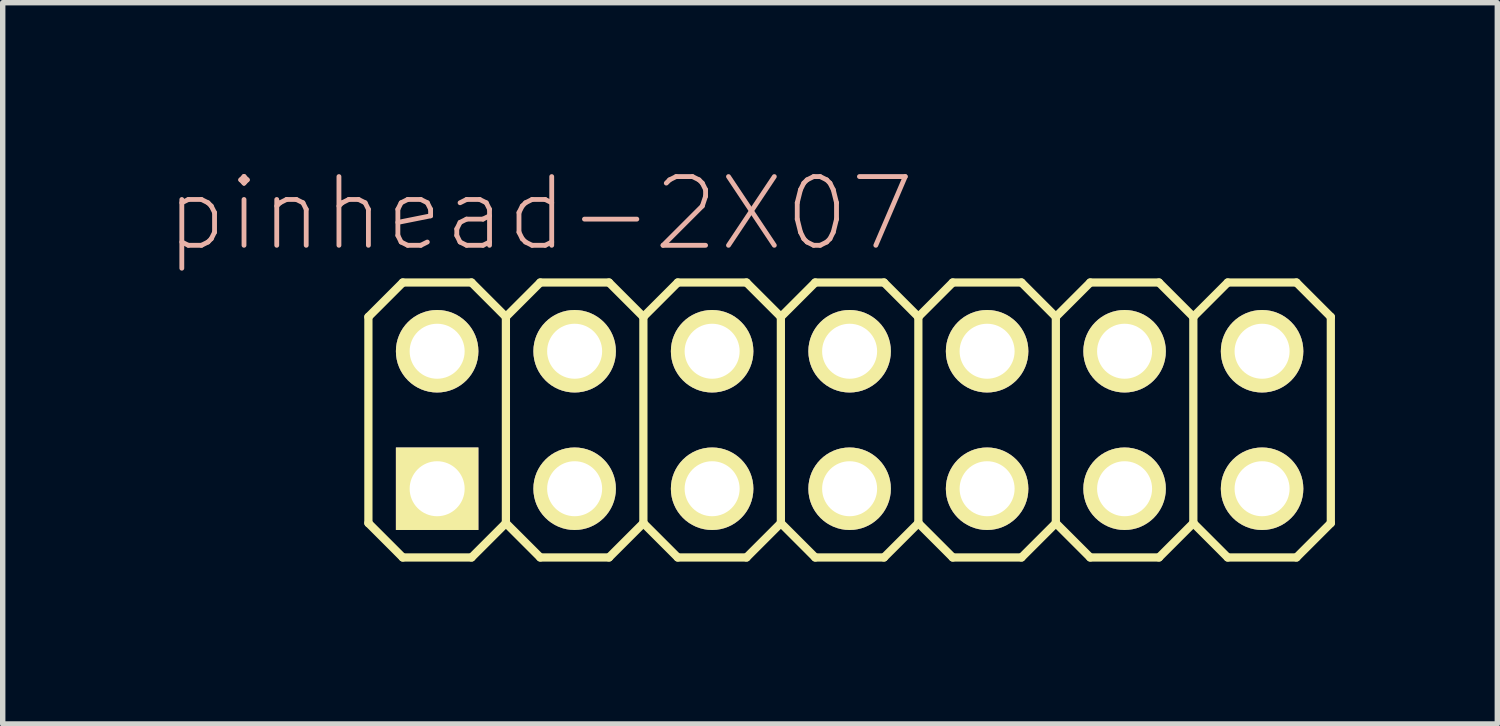
<source format=kicad_pcb>
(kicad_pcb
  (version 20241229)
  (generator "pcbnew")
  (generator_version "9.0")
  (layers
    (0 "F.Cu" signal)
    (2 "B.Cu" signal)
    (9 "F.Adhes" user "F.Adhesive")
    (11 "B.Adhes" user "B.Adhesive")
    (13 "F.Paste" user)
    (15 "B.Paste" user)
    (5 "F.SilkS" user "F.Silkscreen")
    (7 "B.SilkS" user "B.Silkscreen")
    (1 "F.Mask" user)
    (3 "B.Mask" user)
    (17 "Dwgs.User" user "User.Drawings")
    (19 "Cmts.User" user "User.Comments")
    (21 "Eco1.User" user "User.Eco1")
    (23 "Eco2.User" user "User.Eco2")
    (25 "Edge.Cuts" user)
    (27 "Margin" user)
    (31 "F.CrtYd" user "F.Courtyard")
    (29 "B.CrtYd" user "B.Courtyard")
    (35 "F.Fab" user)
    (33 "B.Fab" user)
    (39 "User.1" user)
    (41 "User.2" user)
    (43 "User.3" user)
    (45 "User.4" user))
  (footprint "pinhead-2X07"
    (layer "F.Cu")
    (at 12.646 4.709)
    (property "Reference" "pinhead-2X07" (at -5.715 -3.81 0) (layer "B.SilkS") (effects (font (size 1.27 1.27) (thickness 0.089))))
    (attr exclude_from_pos_files exclude_from_bom)
    (fp_line (start -8.89 -1.905) (end -8.255 -2.54) (stroke (width 0.152) (type solid)) (layer "F.SilkS"))
    (fp_line (start -8.89 1.905) (end -8.89 -1.905) (stroke (width 0.152) (type solid)) (layer "F.SilkS"))
    (fp_line (start -8.89 1.905) (end -8.255 2.54) (stroke (width 0.152) (type solid)) (layer "F.SilkS"))
    (fp_line (start -8.255 -2.54) (end -6.985 -2.54) (stroke (width 0.152) (type solid)) (layer "F.SilkS"))
    (fp_line (start -8.255 2.54) (end -6.985 2.54) (stroke (width 0.152) (type solid)) (layer "F.SilkS"))
    (fp_line (start -7.874 -1.524) (end -7.366 -1.524) (stroke (width 0.066) (type solid)) (layer "F.SilkS"))
    (fp_line (start -7.874 -1.016) (end -7.874 -1.524) (stroke (width 0.066) (type solid)) (layer "F.SilkS"))
    (fp_line (start -7.874 -1.016) (end -7.366 -1.016) (stroke (width 0.066) (type solid)) (layer "F.SilkS"))
    (fp_line (start -7.874 1.016) (end -7.366 1.016) (stroke (width 0.066) (type solid)) (layer "F.SilkS"))
    (fp_line (start -7.874 1.524) (end -7.874 1.016) (stroke (width 0.066) (type solid)) (layer "F.SilkS"))
    (fp_line (start -7.874 1.524) (end -7.366 1.524) (stroke (width 0.066) (type solid)) (layer "F.SilkS"))
    (fp_line (start -7.366 -1.016) (end -7.366 -1.524) (stroke (width 0.066) (type solid)) (layer "F.SilkS"))
    (fp_line (start -7.366 1.524) (end -7.366 1.016) (stroke (width 0.066) (type solid)) (layer "F.SilkS"))
    (fp_line (start -6.985 -2.54) (end -6.35 -1.905) (stroke (width 0.152) (type solid)) (layer "F.SilkS"))
    (fp_line (start -6.985 2.54) (end -6.35 1.905) (stroke (width 0.152) (type solid)) (layer "F.SilkS"))
    (fp_line (start -6.35 -1.905) (end -6.35 1.905) (stroke (width 0.152) (type solid)) (layer "F.SilkS"))
    (fp_line (start -6.35 -1.905) (end -5.715 -2.54) (stroke (width 0.152) (type solid)) (layer "F.SilkS"))
    (fp_line (start -6.35 1.905) (end -5.715 2.54) (stroke (width 0.152) (type solid)) (layer "F.SilkS"))
    (fp_line (start -5.715 -2.54) (end -4.445 -2.54) (stroke (width 0.152) (type solid)) (layer "F.SilkS"))
    (fp_line (start -5.715 2.54) (end -4.445 2.54) (stroke (width 0.152) (type solid)) (layer "F.SilkS"))
    (fp_line (start -5.334 -1.524) (end -4.826 -1.524) (stroke (width 0.066) (type solid)) (layer "F.SilkS"))
    (fp_line (start -5.334 -1.016) (end -5.334 -1.524) (stroke (width 0.066) (type solid)) (layer "F.SilkS"))
    (fp_line (start -5.334 -1.016) (end -4.826 -1.016) (stroke (width 0.066) (type solid)) (layer "F.SilkS"))
    (fp_line (start -5.334 1.016) (end -4.826 1.016) (stroke (width 0.066) (type solid)) (layer "F.SilkS"))
    (fp_line (start -5.334 1.524) (end -5.334 1.016) (stroke (width 0.066) (type solid)) (layer "F.SilkS"))
    (fp_line (start -5.334 1.524) (end -4.826 1.524) (stroke (width 0.066) (type solid)) (layer "F.SilkS"))
    (fp_line (start -4.826 -1.016) (end -4.826 -1.524) (stroke (width 0.066) (type solid)) (layer "F.SilkS"))
    (fp_line (start -4.826 1.524) (end -4.826 1.016) (stroke (width 0.066) (type solid)) (layer "F.SilkS"))
    (fp_line (start -4.445 -2.54) (end -3.81 -1.905) (stroke (width 0.152) (type solid)) (layer "F.SilkS"))
    (fp_line (start -4.445 2.54) (end -3.81 1.905) (stroke (width 0.152) (type solid)) (layer "F.SilkS"))
    (fp_line (start -3.81 -1.905) (end -3.81 1.905) (stroke (width 0.152) (type solid)) (layer "F.SilkS"))
    (fp_line (start -3.81 -1.905) (end -3.175 -2.54) (stroke (width 0.152) (type solid)) (layer "F.SilkS"))
    (fp_line (start -3.81 1.905) (end -3.175 2.54) (stroke (width 0.152) (type solid)) (layer "F.SilkS"))
    (fp_line (start -3.175 -2.54) (end -1.905 -2.54) (stroke (width 0.152) (type solid)) (layer "F.SilkS"))
    (fp_line (start -3.175 2.54) (end -1.905 2.54) (stroke (width 0.152) (type solid)) (layer "F.SilkS"))
    (fp_line (start -2.794 -1.524) (end -2.286 -1.524) (stroke (width 0.066) (type solid)) (layer "F.SilkS"))
    (fp_line (start -2.794 -1.016) (end -2.794 -1.524) (stroke (width 0.066) (type solid)) (layer "F.SilkS"))
    (fp_line (start -2.794 -1.016) (end -2.286 -1.016) (stroke (width 0.066) (type solid)) (layer "F.SilkS"))
    (fp_line (start -2.794 1.016) (end -2.286 1.016) (stroke (width 0.066) (type solid)) (layer "F.SilkS"))
    (fp_line (start -2.794 1.524) (end -2.794 1.016) (stroke (width 0.066) (type solid)) (layer "F.SilkS"))
    (fp_line (start -2.794 1.524) (end -2.286 1.524) (stroke (width 0.066) (type solid)) (layer "F.SilkS"))
    (fp_line (start -2.286 -1.016) (end -2.286 -1.524) (stroke (width 0.066) (type solid)) (layer "F.SilkS"))
    (fp_line (start -2.286 1.524) (end -2.286 1.016) (stroke (width 0.066) (type solid)) (layer "F.SilkS"))
    (fp_line (start -1.905 -2.54) (end -1.27 -1.905) (stroke (width 0.152) (type solid)) (layer "F.SilkS"))
    (fp_line (start -1.905 2.54) (end -1.27 1.905) (stroke (width 0.152) (type solid)) (layer "F.SilkS"))
    (fp_line (start -1.27 -1.905) (end -1.27 1.905) (stroke (width 0.152) (type solid)) (layer "F.SilkS"))
    (fp_line (start -1.27 -1.905) (end -0.635 -2.54) (stroke (width 0.152) (type solid)) (layer "F.SilkS"))
    (fp_line (start -1.27 1.905) (end -0.635 2.54) (stroke (width 0.152) (type solid)) (layer "F.SilkS"))
    (fp_line (start -0.635 -2.54) (end 0.635 -2.54) (stroke (width 0.152) (type solid)) (layer "F.SilkS"))
    (fp_line (start -0.635 2.54) (end 0.635 2.54) (stroke (width 0.152) (type solid)) (layer "F.SilkS"))
    (fp_line (start -0.254 -1.524) (end 0.254 -1.524) (stroke (width 0.066) (type solid)) (layer "F.SilkS"))
    (fp_line (start -0.254 -1.016) (end -0.254 -1.524) (stroke (width 0.066) (type solid)) (layer "F.SilkS"))
    (fp_line (start -0.254 -1.016) (end 0.254 -1.016) (stroke (width 0.066) (type solid)) (layer "F.SilkS"))
    (fp_line (start -0.254 1.016) (end 0.254 1.016) (stroke (width 0.066) (type solid)) (layer "F.SilkS"))
    (fp_line (start -0.254 1.524) (end -0.254 1.016) (stroke (width 0.066) (type solid)) (layer "F.SilkS"))
    (fp_line (start -0.254 1.524) (end 0.254 1.524) (stroke (width 0.066) (type solid)) (layer "F.SilkS"))
    (fp_line (start 0.254 -1.016) (end 0.254 -1.524) (stroke (width 0.066) (type solid)) (layer "F.SilkS"))
    (fp_line (start 0.254 1.524) (end 0.254 1.016) (stroke (width 0.066) (type solid)) (layer "F.SilkS"))
    (fp_line (start 0.635 -2.54) (end 1.27 -1.905) (stroke (width 0.152) (type solid)) (layer "F.SilkS"))
    (fp_line (start 0.635 2.54) (end 1.27 1.905) (stroke (width 0.152) (type solid)) (layer "F.SilkS"))
    (fp_line (start 1.27 -1.905) (end 1.27 1.905) (stroke (width 0.152) (type solid)) (layer "F.SilkS"))
    (fp_line (start 1.27 -1.905) (end 1.905 -2.54) (stroke (width 0.152) (type solid)) (layer "F.SilkS"))
    (fp_line (start 1.27 1.905) (end 1.905 2.54) (stroke (width 0.152) (type solid)) (layer "F.SilkS"))
    (fp_line (start 1.905 -2.54) (end 3.175 -2.54) (stroke (width 0.152) (type solid)) (layer "F.SilkS"))
    (fp_line (start 1.905 2.54) (end 3.175 2.54) (stroke (width 0.152) (type solid)) (layer "F.SilkS"))
    (fp_line (start 2.286 -1.524) (end 2.794 -1.524) (stroke (width 0.066) (type solid)) (layer "F.SilkS"))
    (fp_line (start 2.286 -1.016) (end 2.286 -1.524) (stroke (width 0.066) (type solid)) (layer "F.SilkS"))
    (fp_line (start 2.286 -1.016) (end 2.794 -1.016) (stroke (width 0.066) (type solid)) (layer "F.SilkS"))
    (fp_line (start 2.286 1.016) (end 2.794 1.016) (stroke (width 0.066) (type solid)) (layer "F.SilkS"))
    (fp_line (start 2.286 1.524) (end 2.286 1.016) (stroke (width 0.066) (type solid)) (layer "F.SilkS"))
    (fp_line (start 2.286 1.524) (end 2.794 1.524) (stroke (width 0.066) (type solid)) (layer "F.SilkS"))
    (fp_line (start 2.794 -1.016) (end 2.794 -1.524) (stroke (width 0.066) (type solid)) (layer "F.SilkS"))
    (fp_line (start 2.794 1.524) (end 2.794 1.016) (stroke (width 0.066) (type solid)) (layer "F.SilkS"))
    (fp_line (start 3.175 -2.54) (end 3.81 -1.905) (stroke (width 0.152) (type solid)) (layer "F.SilkS"))
    (fp_line (start 3.175 2.54) (end 3.81 1.905) (stroke (width 0.152) (type solid)) (layer "F.SilkS"))
    (fp_line (start 3.81 -1.905) (end 3.81 1.905) (stroke (width 0.152) (type solid)) (layer "F.SilkS"))
    (fp_line (start 3.81 -1.905) (end 4.445 -2.54) (stroke (width 0.152) (type solid)) (layer "F.SilkS"))
    (fp_line (start 3.81 1.905) (end 4.445 2.54) (stroke (width 0.152) (type solid)) (layer "F.SilkS"))
    (fp_line (start 4.445 -2.54) (end 5.715 -2.54) (stroke (width 0.152) (type solid)) (layer "F.SilkS"))
    (fp_line (start 4.445 2.54) (end 5.715 2.54) (stroke (width 0.152) (type solid)) (layer "F.SilkS"))
    (fp_line (start 4.826 -1.524) (end 5.334 -1.524) (stroke (width 0.066) (type solid)) (layer "F.SilkS"))
    (fp_line (start 4.826 -1.016) (end 4.826 -1.524) (stroke (width 0.066) (type solid)) (layer "F.SilkS"))
    (fp_line (start 4.826 -1.016) (end 5.334 -1.016) (stroke (width 0.066) (type solid)) (layer "F.SilkS"))
    (fp_line (start 4.826 1.016) (end 5.334 1.016) (stroke (width 0.066) (type solid)) (layer "F.SilkS"))
    (fp_line (start 4.826 1.524) (end 4.826 1.016) (stroke (width 0.066) (type solid)) (layer "F.SilkS"))
    (fp_line (start 4.826 1.524) (end 5.334 1.524) (stroke (width 0.066) (type solid)) (layer "F.SilkS"))
    (fp_line (start 5.334 -1.016) (end 5.334 -1.524) (stroke (width 0.066) (type solid)) (layer "F.SilkS"))
    (fp_line (start 5.334 1.524) (end 5.334 1.016) (stroke (width 0.066) (type solid)) (layer "F.SilkS"))
    (fp_line (start 5.715 -2.54) (end 6.35 -1.905) (stroke (width 0.152) (type solid)) (layer "F.SilkS"))
    (fp_line (start 5.715 2.54) (end 6.35 1.905) (stroke (width 0.152) (type solid)) (layer "F.SilkS"))
    (fp_line (start 6.35 -1.905) (end 6.35 1.905) (stroke (width 0.152) (type solid)) (layer "F.SilkS"))
    (fp_line (start 6.35 -1.905) (end 6.985 -2.54) (stroke (width 0.152) (type solid)) (layer "F.SilkS"))
    (fp_line (start 6.35 1.905) (end 6.985 2.54) (stroke (width 0.152) (type solid)) (layer "F.SilkS"))
    (fp_line (start 6.985 -2.54) (end 8.255 -2.54) (stroke (width 0.152) (type solid)) (layer "F.SilkS"))
    (fp_line (start 6.985 2.54) (end 8.255 2.54) (stroke (width 0.152) (type solid)) (layer "F.SilkS"))
    (fp_line (start 7.366 -1.524) (end 7.874 -1.524) (stroke (width 0.066) (type solid)) (layer "F.SilkS"))
    (fp_line (start 7.366 -1.016) (end 7.366 -1.524) (stroke (width 0.066) (type solid)) (layer "F.SilkS"))
    (fp_line (start 7.366 -1.016) (end 7.874 -1.016) (stroke (width 0.066) (type solid)) (layer "F.SilkS"))
    (fp_line (start 7.366 1.016) (end 7.874 1.016) (stroke (width 0.066) (type solid)) (layer "F.SilkS"))
    (fp_line (start 7.366 1.524) (end 7.366 1.016) (stroke (width 0.066) (type solid)) (layer "F.SilkS"))
    (fp_line (start 7.366 1.524) (end 7.874 1.524) (stroke (width 0.066) (type solid)) (layer "F.SilkS"))
    (fp_line (start 7.874 -1.016) (end 7.874 -1.524) (stroke (width 0.066) (type solid)) (layer "F.SilkS"))
    (fp_line (start 7.874 1.524) (end 7.874 1.016) (stroke (width 0.066) (type solid)) (layer "F.SilkS"))
    (fp_line (start 8.255 -2.54) (end 8.89 -1.905) (stroke (width 0.152) (type solid)) (layer "F.SilkS"))
    (fp_line (start 8.255 2.54) (end 8.89 1.905) (stroke (width 0.152) (type solid)) (layer "F.SilkS"))
    (fp_line (start 8.89 -1.905) (end 8.89 1.905) (stroke (width 0.152) (type solid)) (layer "F.SilkS"))
    (pad "1" thru_hole rect (at -7.62 1.27) (size 1.524 1.524) (drill 1.016) (layers "*.Cu" "*.Mask" "F.SilkS" "F.Paste"))
    (pad "2" thru_hole circle (at -7.62 -1.27) (size 1.524 1.524) (drill 1.016) (layers "*.Cu" "*.Mask" "F.SilkS" "F.Paste"))
    (pad "3" thru_hole circle (at -5.08 1.27) (size 1.524 1.524) (drill 1.016) (layers "*.Cu" "*.Mask" "F.SilkS" "F.Paste"))
    (pad "4" thru_hole circle (at -5.08 -1.27) (size 1.524 1.524) (drill 1.016) (layers "*.Cu" "*.Mask" "F.SilkS" "F.Paste"))
    (pad "5" thru_hole circle (at -2.54 1.27) (size 1.524 1.524) (drill 1.016) (layers "*.Cu" "*.Mask" "F.SilkS" "F.Paste"))
    (pad "6" thru_hole circle (at -2.54 -1.27) (size 1.524 1.524) (drill 1.016) (layers "*.Cu" "*.Mask" "F.SilkS" "F.Paste"))
    (pad "7" thru_hole circle (at 0 1.27) (size 1.524 1.524) (drill 1.016) (layers "*.Cu" "*.Mask" "F.SilkS" "F.Paste"))
    (pad "8" thru_hole circle (at 0 -1.27) (size 1.524 1.524) (drill 1.016) (layers "*.Cu" "*.Mask" "F.SilkS" "F.Paste"))
    (pad "9" thru_hole circle (at 2.54 1.27) (size 1.524 1.524) (drill 1.016) (layers "*.Cu" "*.Mask" "F.SilkS" "F.Paste"))
    (pad "10" thru_hole circle (at 2.54 -1.27) (size 1.524 1.524) (drill 1.016) (layers "*.Cu" "*.Mask" "F.SilkS" "F.Paste"))
    (pad "11" thru_hole circle (at 5.08 1.27) (size 1.524 1.524) (drill 1.016) (layers "*.Cu" "*.Mask" "F.SilkS" "F.Paste"))
    (pad "12" thru_hole circle (at 5.08 -1.27) (size 1.524 1.524) (drill 1.016) (layers "*.Cu" "*.Mask" "F.SilkS" "F.Paste"))
    (pad "13" thru_hole circle (at 7.62 1.27) (size 1.524 1.524) (drill 1.016) (layers "*.Cu" "*.Mask" "F.SilkS" "F.Paste"))
    (pad "14" thru_hole circle (at 7.62 -1.27) (size 1.524 1.524) (drill 1.016) (layers "*.Cu" "*.Mask" "F.SilkS" "F.Paste")))
  (gr_rect
    (start -3 -3)
    (end 24.612 10.325)
    (stroke (width 0.1) (type default))
    (fill no)
    (layer "Edge.Cuts")))
</source>
